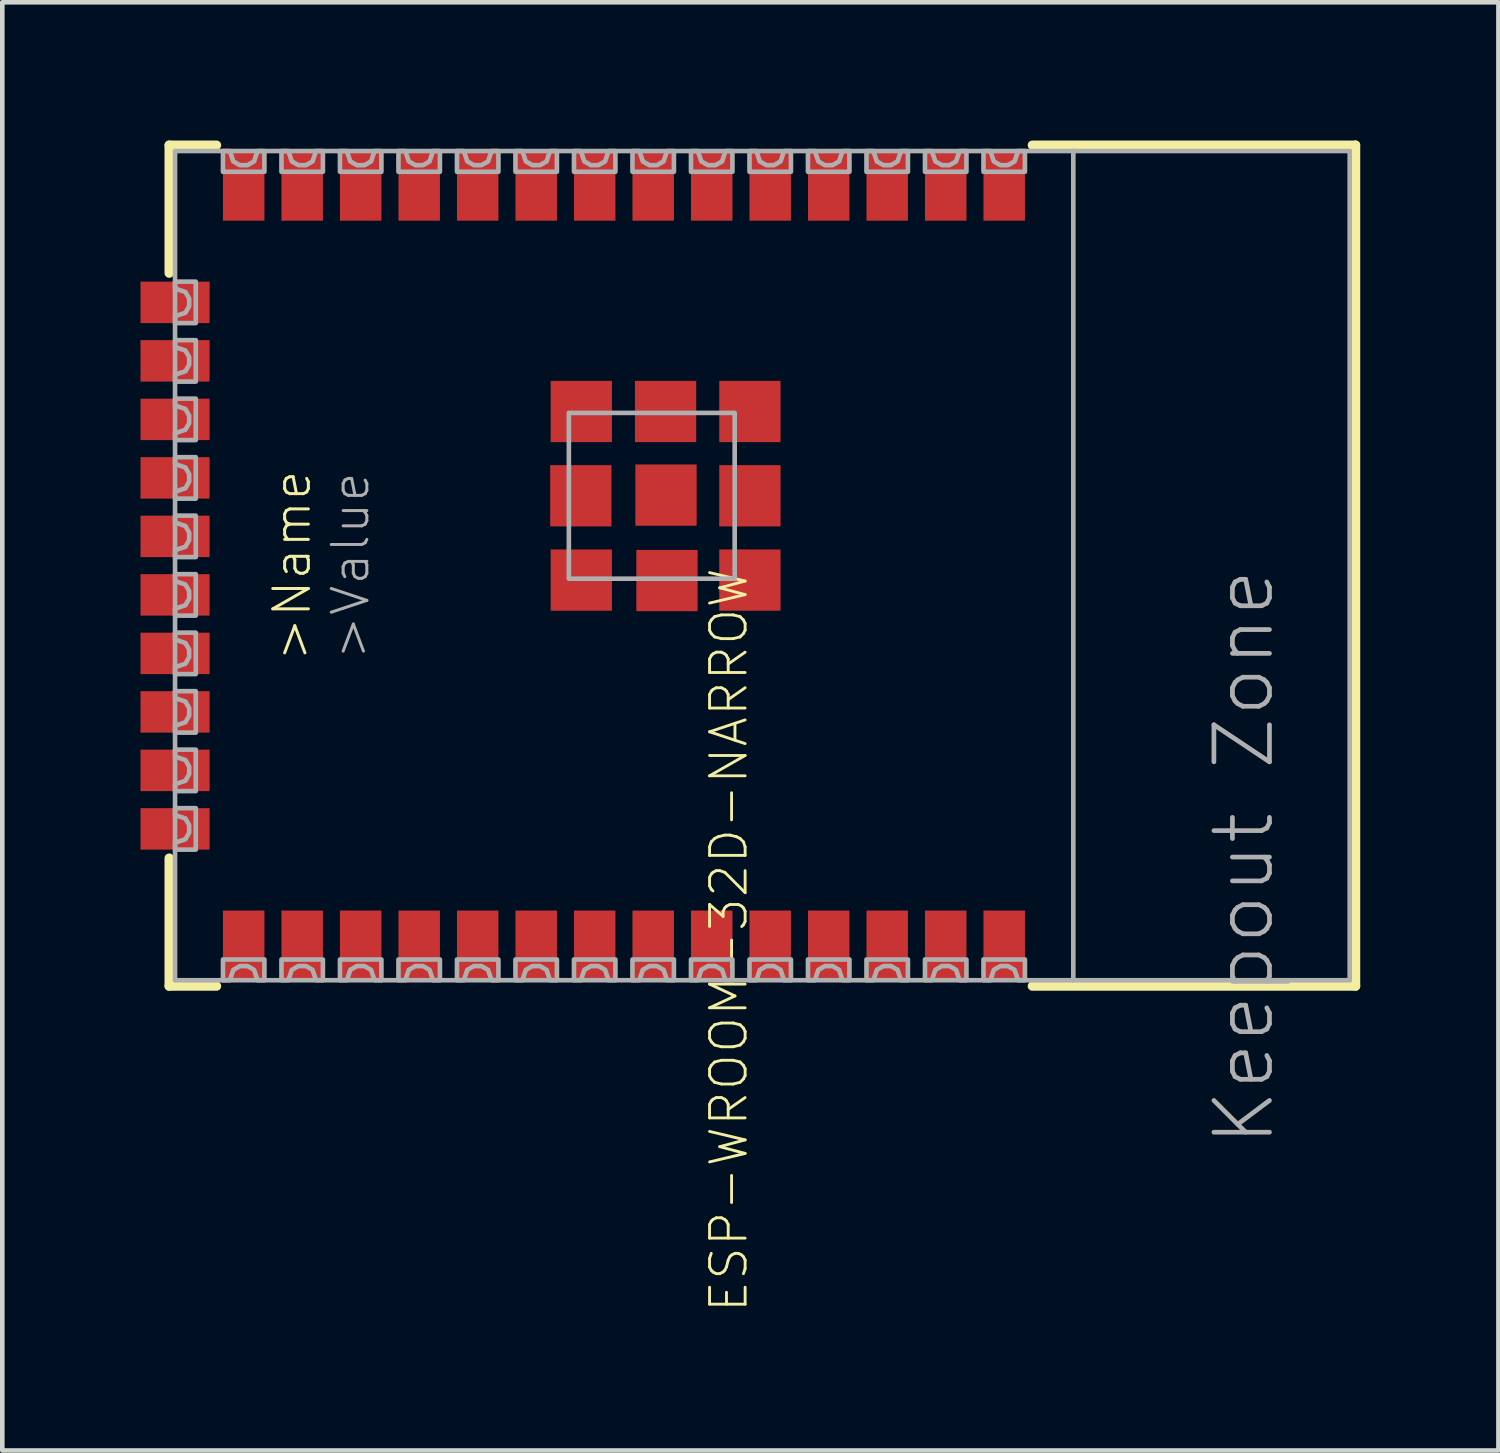
<source format=kicad_pcb>
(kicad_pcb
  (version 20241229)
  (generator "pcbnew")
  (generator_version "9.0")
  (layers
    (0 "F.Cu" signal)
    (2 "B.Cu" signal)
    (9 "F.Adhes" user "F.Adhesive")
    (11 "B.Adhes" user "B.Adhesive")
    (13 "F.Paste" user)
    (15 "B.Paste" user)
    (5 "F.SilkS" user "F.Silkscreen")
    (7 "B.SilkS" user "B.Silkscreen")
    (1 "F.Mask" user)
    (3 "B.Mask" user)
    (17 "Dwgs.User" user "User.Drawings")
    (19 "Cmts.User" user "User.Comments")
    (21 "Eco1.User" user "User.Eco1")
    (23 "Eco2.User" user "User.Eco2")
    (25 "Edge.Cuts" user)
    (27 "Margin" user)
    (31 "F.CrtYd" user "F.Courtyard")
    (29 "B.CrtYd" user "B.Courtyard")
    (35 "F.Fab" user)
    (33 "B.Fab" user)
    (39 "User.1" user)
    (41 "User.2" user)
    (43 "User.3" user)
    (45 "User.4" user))
  (footprint "ESP-WROOM-32D-NARROW"
    (layer "F.Cu")
    (at 12.32 9.229)
    (property "Reference" "ESP-WROOM-32D-NARROW" (at 0 0 270) (layer "F.SilkS") (effects (font (size 0.772 0.772) (thickness 0.062)) (justify right top)))
    (attr through_hole)
    (fp_line (start -11.697 -9.127) (end -10.67 -9.127) (stroke (width 0.203) (type solid)) (layer "F.SilkS"))
    (fp_line (start -11.697 -6.35) (end -11.697 -9.127) (stroke (width 0.203) (type solid)) (layer "F.SilkS"))
    (fp_line (start -11.697 6.35) (end -11.697 9.127) (stroke (width 0.203) (type solid)) (layer "F.SilkS"))
    (fp_line (start -11.697 9.127) (end -10.67 9.127) (stroke (width 0.203) (type solid)) (layer "F.SilkS"))
    (fp_line (start 7.041 -9.127) (end 14.057 -9.127) (stroke (width 0.203) (type solid)) (layer "F.SilkS"))
    (fp_line (start 7.041 9.127) (end 14.057 9.127) (stroke (width 0.203) (type solid)) (layer "F.SilkS"))
    (fp_line (start 14.057 -9.127) (end 14.057 9.127) (stroke (width 0.203) (type solid)) (layer "F.SilkS"))
    (fp_line (start -11.57 -9) (end 7.93 -9) (stroke (width 0.1) (type solid)) (layer "F.Fab"))
    (fp_line (start -11.57 9) (end -11.57 -9) (stroke (width 0.1) (type solid)) (layer "F.Fab"))
    (fp_line (start 7.93 -9) (end 13.93 -9) (stroke (width 0.1) (type solid)) (layer "F.Fab"))
    (fp_line (start 7.93 9) (end -11.57 9) (stroke (width 0.1) (type solid)) (layer "F.Fab"))
    (fp_line (start 7.93 9) (end 7.93 -9) (stroke (width 0.1) (type solid)) (layer "F.Fab"))
    (fp_line (start 13.93 -9) (end 13.93 9) (stroke (width 0.1) (type solid)) (layer "F.Fab"))
    (fp_line (start 13.93 9) (end 7.93 9) (stroke (width 0.1) (type solid)) (layer "F.Fab"))
    (fp_poly (pts (xy -3.021 0.284) (xy 0.579 0.284) (xy 0.579 -3.316) (xy -3.021 -3.316)) (stroke (width 0.1) (type solid)) (fill no) (layer "F.Fab"))
    (fp_poly (pts (xy -11.57 -6.165) (xy -11.57 -6.015) (xy -11.57 -6.015) (xy -11.345 -5.94) (xy -11.263 -5.797) (xy -11.263 -5.633) (xy -11.345 -5.49) (xy -11.57 -5.415) (xy -11.57 -5.265) (xy -11.12 -5.265) (xy -11.12 -6.165)) (stroke (width 0.1) (type solid)) (fill no) (layer "F.Fab"))
    (fp_poly (pts (xy -11.57 -4.895) (xy -11.57 -4.745) (xy -11.57 -4.745) (xy -11.345 -4.67) (xy -11.263 -4.527) (xy -11.263 -4.363) (xy -11.345 -4.22) (xy -11.57 -4.145) (xy -11.57 -3.995) (xy -11.12 -3.995) (xy -11.12 -4.895)) (stroke (width 0.1) (type solid)) (fill no) (layer "F.Fab"))
    (fp_poly (pts (xy -11.57 -3.625) (xy -11.57 -3.475) (xy -11.57 -3.475) (xy -11.345 -3.4) (xy -11.263 -3.257) (xy -11.263 -3.093) (xy -11.345 -2.95) (xy -11.57 -2.875) (xy -11.57 -2.725) (xy -11.12 -2.725) (xy -11.12 -3.625)) (stroke (width 0.1) (type solid)) (fill no) (layer "F.Fab"))
    (fp_poly (pts (xy -11.57 -2.355) (xy -11.57 -2.205) (xy -11.57 -2.205) (xy -11.345 -2.13) (xy -11.263 -1.987) (xy -11.263 -1.823) (xy -11.345 -1.68) (xy -11.57 -1.605) (xy -11.57 -1.455) (xy -11.12 -1.455) (xy -11.12 -2.355)) (stroke (width 0.1) (type solid)) (fill no) (layer "F.Fab"))
    (fp_poly (pts (xy -11.57 -1.085) (xy -11.57 -0.935) (xy -11.57 -0.935) (xy -11.345 -0.86) (xy -11.263 -0.717) (xy -11.263 -0.553) (xy -11.345 -0.41) (xy -11.57 -0.335) (xy -11.57 -0.185) (xy -11.12 -0.185) (xy -11.12 -1.085)) (stroke (width 0.1) (type solid)) (fill no) (layer "F.Fab"))
    (fp_poly (pts (xy -11.57 0.185) (xy -11.57 0.335) (xy -11.345 0.41) (xy -11.263 0.553) (xy -11.263 0.717) (xy -11.345 0.86) (xy -11.345 0.86) (xy -11.57 0.935) (xy -11.57 1.085) (xy -11.12 1.085) (xy -11.12 0.185)) (stroke (width 0.1) (type solid)) (fill no) (layer "F.Fab"))
    (fp_poly (pts (xy -11.57 1.455) (xy -11.57 1.605) (xy -11.345 1.68) (xy -11.263 1.823) (xy -11.263 1.987) (xy -11.345 2.13) (xy -11.345 2.13) (xy -11.57 2.205) (xy -11.57 2.355) (xy -11.12 2.355) (xy -11.12 1.455)) (stroke (width 0.1) (type solid)) (fill no) (layer "F.Fab"))
    (fp_poly (pts (xy -11.57 2.725) (xy -11.57 2.875) (xy -11.345 2.95) (xy -11.263 3.093) (xy -11.263 3.257) (xy -11.345 3.4) (xy -11.345 3.4) (xy -11.57 3.475) (xy -11.57 3.625) (xy -11.12 3.625) (xy -11.12 2.725)) (stroke (width 0.1) (type solid)) (fill no) (layer "F.Fab"))
    (fp_poly (pts (xy -11.57 3.995) (xy -11.57 4.145) (xy -11.345 4.22) (xy -11.263 4.363) (xy -11.263 4.527) (xy -11.345 4.67) (xy -11.345 4.67) (xy -11.57 4.745) (xy -11.57 4.895) (xy -11.12 4.895) (xy -11.12 3.995)) (stroke (width 0.1) (type solid)) (fill no) (layer "F.Fab"))
    (fp_poly (pts (xy -11.57 5.265) (xy -11.57 5.415) (xy -11.345 5.49) (xy -11.263 5.633) (xy -11.263 5.797) (xy -11.345 5.94) (xy -11.345 5.94) (xy -11.57 6.015) (xy -11.57 6.165) (xy -11.12 6.165) (xy -11.12 5.265)) (stroke (width 0.1) (type solid)) (fill no) (layer "F.Fab"))
    (fp_poly (pts (xy -9.63 -9) (xy -9.78 -9) (xy -9.855 -8.775) (xy -9.998 -8.693) (xy -10.162 -8.693) (xy -10.305 -8.775) (xy -10.305 -8.775) (xy -10.38 -9) (xy -10.53 -9) (xy -10.53 -8.55) (xy -9.63 -8.55)) (stroke (width 0.1) (type solid)) (fill no) (layer "F.Fab"))
    (fp_poly (pts (xy -9.63 9) (xy -9.78 9) (xy -9.855 8.775) (xy -9.998 8.693) (xy -10.162 8.693) (xy -10.305 8.775) (xy -10.305 8.775) (xy -10.38 9) (xy -10.53 9) (xy -10.53 8.55) (xy -9.63 8.55)) (stroke (width 0.1) (type solid)) (fill no) (layer "F.Fab"))
    (fp_poly (pts (xy -8.36 -9) (xy -8.51 -9) (xy -8.585 -8.775) (xy -8.728 -8.693) (xy -8.892 -8.693) (xy -9.035 -8.775) (xy -9.035 -8.775) (xy -9.11 -9) (xy -9.26 -9) (xy -9.26 -8.55) (xy -8.36 -8.55)) (stroke (width 0.1) (type solid)) (fill no) (layer "F.Fab"))
    (fp_poly (pts (xy -8.36 9) (xy -8.51 9) (xy -8.585 8.775) (xy -8.728 8.693) (xy -8.892 8.693) (xy -9.035 8.775) (xy -9.035 8.775) (xy -9.11 9) (xy -9.26 9) (xy -9.26 8.55) (xy -8.36 8.55)) (stroke (width 0.1) (type solid)) (fill no) (layer "F.Fab"))
    (fp_poly (pts (xy -7.09 -9) (xy -7.24 -9) (xy -7.315 -8.775) (xy -7.458 -8.693) (xy -7.622 -8.693) (xy -7.765 -8.775) (xy -7.765 -8.775) (xy -7.84 -9) (xy -7.99 -9) (xy -7.99 -8.55) (xy -7.09 -8.55)) (stroke (width 0.1) (type solid)) (fill no) (layer "F.Fab"))
    (fp_poly (pts (xy -7.09 9) (xy -7.24 9) (xy -7.315 8.775) (xy -7.458 8.693) (xy -7.622 8.693) (xy -7.765 8.775) (xy -7.765 8.775) (xy -7.84 9) (xy -7.99 9) (xy -7.99 8.55) (xy -7.09 8.55)) (stroke (width 0.1) (type solid)) (fill no) (layer "F.Fab"))
    (fp_poly (pts (xy -5.82 -9) (xy -5.97 -9) (xy -6.045 -8.775) (xy -6.188 -8.693) (xy -6.352 -8.693) (xy -6.495 -8.775) (xy -6.495 -8.775) (xy -6.57 -9) (xy -6.72 -9) (xy -6.72 -8.55) (xy -5.82 -8.55)) (stroke (width 0.1) (type solid)) (fill no) (layer "F.Fab"))
    (fp_poly (pts (xy -5.82 9) (xy -5.97 9) (xy -6.045 8.775) (xy -6.188 8.693) (xy -6.352 8.693) (xy -6.495 8.775) (xy -6.495 8.775) (xy -6.57 9) (xy -6.72 9) (xy -6.72 8.55) (xy -5.82 8.55)) (stroke (width 0.1) (type solid)) (fill no) (layer "F.Fab"))
    (fp_poly (pts (xy -4.55 -9) (xy -4.7 -9) (xy -4.775 -8.775) (xy -4.918 -8.693) (xy -5.082 -8.693) (xy -5.225 -8.775) (xy -5.225 -8.775) (xy -5.3 -9) (xy -5.45 -9) (xy -5.45 -8.55) (xy -4.55 -8.55)) (stroke (width 0.1) (type solid)) (fill no) (layer "F.Fab"))
    (fp_poly (pts (xy -4.55 9) (xy -4.7 9) (xy -4.775 8.775) (xy -4.918 8.693) (xy -5.082 8.693) (xy -5.225 8.775) (xy -5.225 8.775) (xy -5.3 9) (xy -5.45 9) (xy -5.45 8.55) (xy -4.55 8.55)) (stroke (width 0.1) (type solid)) (fill no) (layer "F.Fab"))
    (fp_poly (pts (xy -3.28 -9) (xy -3.43 -9) (xy -3.505 -8.775) (xy -3.648 -8.693) (xy -3.812 -8.693) (xy -3.955 -8.775) (xy -3.955 -8.775) (xy -4.03 -9) (xy -4.18 -9) (xy -4.18 -8.55) (xy -3.28 -8.55)) (stroke (width 0.1) (type solid)) (fill no) (layer "F.Fab"))
    (fp_poly (pts (xy -3.28 9) (xy -3.43 9) (xy -3.505 8.775) (xy -3.648 8.693) (xy -3.812 8.693) (xy -3.955 8.775) (xy -3.955 8.775) (xy -4.03 9) (xy -4.18 9) (xy -4.18 8.55) (xy -3.28 8.55)) (stroke (width 0.1) (type solid)) (fill no) (layer "F.Fab"))
    (fp_poly (pts (xy -2.01 -9) (xy -2.16 -9) (xy -2.235 -8.775) (xy -2.378 -8.693) (xy -2.542 -8.693) (xy -2.685 -8.775) (xy -2.685 -8.775) (xy -2.76 -9) (xy -2.91 -9) (xy -2.91 -8.55) (xy -2.01 -8.55)) (stroke (width 0.1) (type solid)) (fill no) (layer "F.Fab"))
    (fp_poly (pts (xy -2.01 9) (xy -2.16 9) (xy -2.235 8.775) (xy -2.378 8.693) (xy -2.542 8.693) (xy -2.685 8.775) (xy -2.685 8.775) (xy -2.76 9) (xy -2.91 9) (xy -2.91 8.55) (xy -2.01 8.55)) (stroke (width 0.1) (type solid)) (fill no) (layer "F.Fab"))
    (fp_poly (pts (xy -0.74 -9) (xy -0.89 -9) (xy -0.965 -8.775) (xy -1.108 -8.693) (xy -1.272 -8.693) (xy -1.415 -8.775) (xy -1.415 -8.775) (xy -1.49 -9) (xy -1.64 -9) (xy -1.64 -8.55) (xy -0.74 -8.55)) (stroke (width 0.1) (type solid)) (fill no) (layer "F.Fab"))
    (fp_poly (pts (xy -0.74 9) (xy -0.89 9) (xy -0.965 8.775) (xy -1.108 8.693) (xy -1.272 8.693) (xy -1.415 8.775) (xy -1.415 8.775) (xy -1.49 9) (xy -1.64 9) (xy -1.64 8.55) (xy -0.74 8.55)) (stroke (width 0.1) (type solid)) (fill no) (layer "F.Fab"))
    (fp_poly (pts (xy 0.53 -9) (xy 0.38 -9) (xy 0.38 -9) (xy 0.305 -8.775) (xy 0.162 -8.693) (xy -0.002 -8.693) (xy -0.145 -8.775) (xy -0.22 -9) (xy -0.37 -9) (xy -0.37 -8.55) (xy 0.53 -8.55)) (stroke (width 0.1) (type solid)) (fill no) (layer "F.Fab"))
    (fp_poly (pts (xy 0.53 9) (xy 0.38 9) (xy 0.38 9) (xy 0.305 8.775) (xy 0.162 8.693) (xy -0.002 8.693) (xy -0.145 8.775) (xy -0.22 9) (xy -0.37 9) (xy -0.37 8.55) (xy 0.53 8.55)) (stroke (width 0.1) (type solid)) (fill no) (layer "F.Fab"))
    (fp_poly (pts (xy 1.8 -9) (xy 1.65 -9) (xy 1.65 -9) (xy 1.575 -8.775) (xy 1.432 -8.693) (xy 1.268 -8.693) (xy 1.125 -8.775) (xy 1.05 -9) (xy 0.9 -9) (xy 0.9 -8.55) (xy 1.8 -8.55)) (stroke (width 0.1) (type solid)) (fill no) (layer "F.Fab"))
    (fp_poly (pts (xy 1.8 9) (xy 1.65 9) (xy 1.65 9) (xy 1.575 8.775) (xy 1.432 8.693) (xy 1.268 8.693) (xy 1.125 8.775) (xy 1.05 9) (xy 0.9 9) (xy 0.9 8.55) (xy 1.8 8.55)) (stroke (width 0.1) (type solid)) (fill no) (layer "F.Fab"))
    (fp_poly (pts (xy 3.07 -9) (xy 2.92 -9) (xy 2.92 -9) (xy 2.845 -8.775) (xy 2.702 -8.693) (xy 2.538 -8.693) (xy 2.395 -8.775) (xy 2.32 -9) (xy 2.17 -9) (xy 2.17 -8.55) (xy 3.07 -8.55)) (stroke (width 0.1) (type solid)) (fill no) (layer "F.Fab"))
    (fp_poly (pts (xy 3.07 9) (xy 2.92 9) (xy 2.92 9) (xy 2.845 8.775) (xy 2.702 8.693) (xy 2.538 8.693) (xy 2.395 8.775) (xy 2.32 9) (xy 2.17 9) (xy 2.17 8.55) (xy 3.07 8.55)) (stroke (width 0.1) (type solid)) (fill no) (layer "F.Fab"))
    (fp_poly (pts (xy 4.34 -9) (xy 4.19 -9) (xy 4.19 -9) (xy 4.115 -8.775) (xy 3.972 -8.693) (xy 3.808 -8.693) (xy 3.665 -8.775) (xy 3.59 -9) (xy 3.44 -9) (xy 3.44 -8.55) (xy 4.34 -8.55)) (stroke (width 0.1) (type solid)) (fill no) (layer "F.Fab"))
    (fp_poly (pts (xy 4.34 9) (xy 4.19 9) (xy 4.19 9) (xy 4.115 8.775) (xy 3.972 8.693) (xy 3.808 8.693) (xy 3.665 8.775) (xy 3.59 9) (xy 3.44 9) (xy 3.44 8.55) (xy 4.34 8.55)) (stroke (width 0.1) (type solid)) (fill no) (layer "F.Fab"))
    (fp_poly (pts (xy 5.61 -9) (xy 5.46 -9) (xy 5.46 -9) (xy 5.385 -8.775) (xy 5.242 -8.693) (xy 5.078 -8.693) (xy 4.935 -8.775) (xy 4.86 -9) (xy 4.71 -9) (xy 4.71 -8.55) (xy 5.61 -8.55)) (stroke (width 0.1) (type solid)) (fill no) (layer "F.Fab"))
    (fp_poly (pts (xy 5.61 9) (xy 5.46 9) (xy 5.46 9) (xy 5.385 8.775) (xy 5.242 8.693) (xy 5.078 8.693) (xy 4.935 8.775) (xy 4.86 9) (xy 4.71 9) (xy 4.71 8.55) (xy 5.61 8.55)) (stroke (width 0.1) (type solid)) (fill no) (layer "F.Fab"))
    (fp_poly (pts (xy 6.88 -9) (xy 6.73 -9) (xy 6.73 -9) (xy 6.655 -8.775) (xy 6.512 -8.693) (xy 6.348 -8.693) (xy 6.205 -8.775) (xy 6.13 -9) (xy 5.98 -9) (xy 5.98 -8.55) (xy 6.88 -8.55)) (stroke (width 0.1) (type solid)) (fill no) (layer "F.Fab"))
    (fp_poly (pts (xy 6.88 9) (xy 6.73 9) (xy 6.73 9) (xy 6.655 8.775) (xy 6.512 8.693) (xy 6.348 8.693) (xy 6.205 8.775) (xy 6.13 9) (xy 5.98 9) (xy 5.98 8.55) (xy 6.88 8.55)) (stroke (width 0.1) (type solid)) (fill no) (layer "F.Fab"))
    (fp_text user ">Name" (at -9.03 0 90) (layer "F.SilkS") (effects (font (size 0.772 0.772) (thickness 0.065))))
    (fp_text user ">Value" (at -7.76 0 90) (layer "F.Fab") (effects (font (size 0.772 0.772) (thickness 0.065))))
    (fp_text user "Keepout Zone" (at 10.93 0 90) (layer "F.Fab") (effects (font (size 1.206 1.206) (thickness 0.102)) (justify right top)))
    (pad "1" smd rect (at 6.43 -8.238) (size 0.9 1.5) (layers "F.Cu" "F.Mask" "F.Paste"))
    (pad "2" smd rect (at 5.16 -8.238) (size 0.9 1.5) (layers "F.Cu" "F.Mask" "F.Paste"))
    (pad "3" smd rect (at 3.89 -8.238) (size 0.9 1.5) (layers "F.Cu" "F.Mask" "F.Paste"))
    (pad "4" smd rect (at 2.62 -8.238) (size 0.9 1.5) (layers "F.Cu" "F.Mask" "F.Paste"))
    (pad "5" smd rect (at 1.35 -8.238) (size 0.9 1.5) (layers "F.Cu" "F.Mask" "F.Paste"))
    (pad "6" smd rect (at 0.08 -8.238) (size 0.9 1.5) (layers "F.Cu" "F.Mask" "F.Paste"))
    (pad "7" smd rect (at -1.19 -8.238) (size 0.9 1.5) (layers "F.Cu" "F.Mask" "F.Paste"))
    (pad "8" smd rect (at -2.46 -8.238) (size 0.9 1.5) (layers "F.Cu" "F.Mask" "F.Paste"))
    (pad "9" smd rect (at -3.73 -8.238) (size 0.9 1.5) (layers "F.Cu" "F.Mask" "F.Paste"))
    (pad "10" smd rect (at -5 -8.238) (size 0.9 1.5) (layers "F.Cu" "F.Mask" "F.Paste"))
    (pad "11" smd rect (at -6.27 -8.238) (size 0.9 1.5) (layers "F.Cu" "F.Mask" "F.Paste"))
    (pad "12" smd rect (at -7.54 -8.238) (size 0.9 1.5) (layers "F.Cu" "F.Mask" "F.Paste"))
    (pad "13" smd rect (at -8.81 -8.238) (size 0.9 1.5) (layers "F.Cu" "F.Mask" "F.Paste"))
    (pad "14" smd rect (at -10.08 -8.238) (size 0.9 1.5) (layers "F.Cu" "F.Mask" "F.Paste"))
    (pad "15" smd rect (at -11.57 -5.715 90) (size 0.9 1.5) (layers "F.Cu" "F.Mask" "F.Paste"))
    (pad "16" smd rect (at -11.57 -4.445 90) (size 0.9 1.5) (layers "F.Cu" "F.Mask" "F.Paste"))
    (pad "17" smd rect (at -11.57 -3.175 90) (size 0.9 1.5) (layers "F.Cu" "F.Mask" "F.Paste"))
    (pad "18" smd rect (at -11.57 -1.905 90) (size 0.9 1.5) (layers "F.Cu" "F.Mask" "F.Paste"))
    (pad "19" smd rect (at -11.57 -0.635 90) (size 0.9 1.5) (layers "F.Cu" "F.Mask" "F.Paste"))
    (pad "20" smd rect (at -11.57 0.635 90) (size 0.9 1.5) (layers "F.Cu" "F.Mask" "F.Paste"))
    (pad "21" smd rect (at -11.57 1.905 90) (size 0.9 1.5) (layers "F.Cu" "F.Mask" "F.Paste"))
    (pad "22" smd rect (at -11.57 3.175 90) (size 0.9 1.5) (layers "F.Cu" "F.Mask" "F.Paste"))
    (pad "23" smd rect (at -11.57 4.445 90) (size 0.9 1.5) (layers "F.Cu" "F.Mask" "F.Paste"))
    (pad "24" smd rect (at -11.57 5.715 90) (size 0.9 1.5) (layers "F.Cu" "F.Mask" "F.Paste"))
    (pad "25" smd rect (at -10.08 8.238) (size 0.9 1.5) (layers "F.Cu" "F.Mask" "F.Paste"))
    (pad "26" smd rect (at -8.81 8.238) (size 0.9 1.5) (layers "F.Cu" "F.Mask" "F.Paste"))
    (pad "27" smd rect (at -7.54 8.238) (size 0.9 1.5) (layers "F.Cu" "F.Mask" "F.Paste"))
    (pad "28" smd rect (at -6.27 8.238) (size 0.9 1.5) (layers "F.Cu" "F.Mask" "F.Paste"))
    (pad "29" smd rect (at -5 8.238) (size 0.9 1.5) (layers "F.Cu" "F.Mask" "F.Paste"))
    (pad "30" smd rect (at -3.73 8.238) (size 0.9 1.5) (layers "F.Cu" "F.Mask" "F.Paste"))
    (pad "31" smd rect (at -2.46 8.238) (size 0.9 1.5) (layers "F.Cu" "F.Mask" "F.Paste"))
    (pad "32" smd rect (at -1.19 8.238) (size 0.9 1.5) (layers "F.Cu" "F.Mask" "F.Paste"))
    (pad "33" smd rect (at 0.08 8.238) (size 0.9 1.5) (layers "F.Cu" "F.Mask" "F.Paste"))
    (pad "34" smd rect (at 1.35 8.238) (size 0.9 1.5) (layers "F.Cu" "F.Mask" "F.Paste"))
    (pad "35" smd rect (at 2.62 8.238) (size 0.9 1.5) (layers "F.Cu" "F.Mask" "F.Paste"))
    (pad "36" smd rect (at 3.89 8.238) (size 0.9 1.5) (layers "F.Cu" "F.Mask" "F.Paste"))
    (pad "37" smd rect (at 5.16 8.238) (size 0.9 1.5) (layers "F.Cu" "F.Mask" "F.Paste"))
    (pad "38" smd rect (at 6.43 8.238) (size 0.9 1.5) (layers "F.Cu" "F.Mask" "F.Paste"))
    (pad "GND1" smd rect (at -0.912 -1.531) (size 1.33 1.33) (layers "F.Cu" "F.Mask" "F.Paste"))
    (pad "GNDT1" smd rect (at -2.751 -3.346) (size 1.33 1.33) (layers "F.Cu" "F.Mask" "F.Paste"))
    (pad "GNDT2" smd rect (at -2.761 -1.516) (size 1.33 1.33) (layers "F.Cu" "F.Mask" "F.Paste"))
    (pad "GNDT3" smd rect (at -2.751 0.314) (size 1.33 1.33) (layers "F.Cu" "F.Mask" "F.Paste"))
    (pad "GNDT4" smd rect (at -0.891 0.324) (size 1.33 1.33) (layers "F.Cu" "F.Mask" "F.Paste"))
    (pad "GNDT5" smd rect (at 0.909 0.314) (size 1.33 1.33) (layers "F.Cu" "F.Mask" "F.Paste"))
    (pad "GNDT6" smd rect (at 0.909 -1.516) (size 1.33 1.33) (layers "F.Cu" "F.Mask" "F.Paste"))
    (pad "GNDT7" smd rect (at 0.909 -3.346) (size 1.33 1.33) (layers "F.Cu" "F.Mask" "F.Paste"))
    (pad "GNDT8" smd rect (at -0.921 -3.346) (size 1.33 1.33) (layers "F.Cu" "F.Mask" "F.Paste")))
  (gr_rect
    (start -3 -3)
    (end 29.479 28.438)
    (stroke (width 0.1) (type default))
    (fill no)
    (layer "Edge.Cuts")))
</source>
